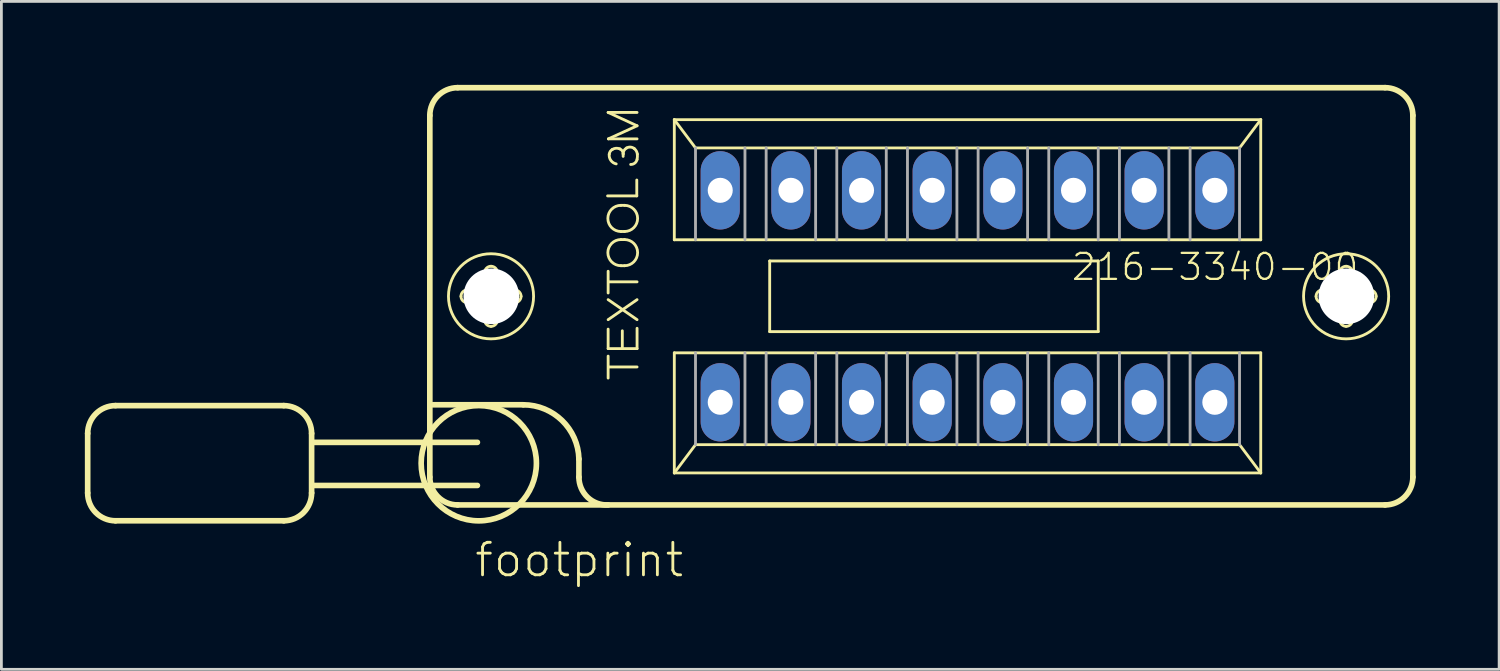
<source format=kicad_pcb>
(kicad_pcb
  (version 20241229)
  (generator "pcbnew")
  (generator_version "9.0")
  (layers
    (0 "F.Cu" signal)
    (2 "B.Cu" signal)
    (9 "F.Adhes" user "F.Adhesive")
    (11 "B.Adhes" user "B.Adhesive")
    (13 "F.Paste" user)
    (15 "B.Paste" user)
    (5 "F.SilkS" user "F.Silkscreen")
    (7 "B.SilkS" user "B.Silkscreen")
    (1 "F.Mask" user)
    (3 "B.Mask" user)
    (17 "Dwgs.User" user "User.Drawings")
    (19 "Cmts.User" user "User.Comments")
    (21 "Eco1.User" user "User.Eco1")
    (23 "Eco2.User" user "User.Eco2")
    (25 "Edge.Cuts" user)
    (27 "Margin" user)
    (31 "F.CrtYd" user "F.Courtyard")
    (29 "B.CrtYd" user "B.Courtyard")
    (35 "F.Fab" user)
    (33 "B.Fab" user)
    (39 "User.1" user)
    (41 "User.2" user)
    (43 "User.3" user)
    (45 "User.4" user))
  (footprint "footprint"
    (layer "F.Cu")
    (at 31.732 7.602)
    (property "Reference" "footprint" (at -17.78 10.16 0) (layer "F.SilkS") (effects (font (size 1.168 1.168) (thickness 0.102)) (justify left bottom)))
    (fp_line (start -31.63 4.93) (end -31.63 7.07) (stroke (width 0.203) (type solid)) (layer "F.SilkS"))
    (fp_line (start -30.63 3.93) (end -24.58 3.93) (stroke (width 0.203) (type solid)) (layer "F.SilkS"))
    (fp_line (start -24.58 8.07) (end -30.63 8.07) (stroke (width 0.203) (type solid)) (layer "F.SilkS"))
    (fp_line (start -23.58 4.93) (end -23.58 7.07) (stroke (width 0.203) (type solid)) (layer "F.SilkS"))
    (fp_line (start -19.33 6.5) (end -19.33 -6.5) (stroke (width 0.203) (type solid)) (layer "F.SilkS"))
    (fp_line (start -19.22 3.9) (end -15.97 3.9) (stroke (width 0.203) (type solid)) (layer "F.SilkS"))
    (fp_line (start -18.33 -7.5) (end 15.01 -7.5) (stroke (width 0.203) (type solid)) (layer "F.SilkS"))
    (fp_line (start -17.98 -0.23) (end -17.43 -0.23) (stroke (width 0.102) (type solid)) (layer "F.SilkS"))
    (fp_line (start -17.62 5.25) (end -23.53 5.25) (stroke (width 0.203) (type solid)) (layer "F.SilkS"))
    (fp_line (start -17.62 6.8) (end -23.53 6.8) (stroke (width 0.203) (type solid)) (layer "F.SilkS"))
    (fp_line (start -17.44 0.23) (end -17.98 0.23) (stroke (width 0.102) (type solid)) (layer "F.SilkS"))
    (fp_line (start -17.36 -0.31) (end -17.36 -0.85) (stroke (width 0.102) (type solid)) (layer "F.SilkS"))
    (fp_line (start -17.36 0.85) (end -17.36 0.3) (stroke (width 0.102) (type solid)) (layer "F.SilkS"))
    (fp_line (start -16.9 -0.85) (end -16.9 -0.3) (stroke (width 0.102) (type solid)) (layer "F.SilkS"))
    (fp_line (start -16.9 0.31) (end -16.9 0.85) (stroke (width 0.102) (type solid)) (layer "F.SilkS"))
    (fp_line (start -16.82 -0.23) (end -16.28 -0.23) (stroke (width 0.102) (type solid)) (layer "F.SilkS"))
    (fp_line (start -16.28 0.23) (end -16.83 0.23) (stroke (width 0.102) (type solid)) (layer "F.SilkS"))
    (fp_line (start -13.97 5.85) (end -13.97 6.5) (stroke (width 0.203) (type solid)) (layer "F.SilkS"))
    (fp_line (start -12.94 -3.61) (end -11.89 -3.61) (stroke (width 0.102) (type solid)) (layer "F.SilkS"))
    (fp_line (start -12.92 -6.61) (end -11.88 -6.61) (stroke (width 0.102) (type solid)) (layer "F.SilkS"))
    (fp_line (start -12.92 -0.12) (end -12.92 -0.9) (stroke (width 0.102) (type solid)) (layer "F.SilkS"))
    (fp_line (start -12.92 0.12) (end -11.88 0.84) (stroke (width 0.102) (type solid)) (layer "F.SilkS"))
    (fp_line (start -12.92 0.84) (end -11.88 0.12) (stroke (width 0.102) (type solid)) (layer "F.SilkS"))
    (fp_line (start -12.92 1.18) (end -12.92 1.88) (stroke (width 0.102) (type solid)) (layer "F.SilkS"))
    (fp_line (start -12.92 1.88) (end -11.88 1.88) (stroke (width 0.102) (type solid)) (layer "F.SilkS"))
    (fp_line (start -12.92 2.94) (end -12.92 2.15) (stroke (width 0.102) (type solid)) (layer "F.SilkS"))
    (fp_line (start -12.91 -5.66) (end -11.88 -6.13) (stroke (width 0.102) (type solid)) (layer "F.SilkS"))
    (fp_line (start -12.91 2.54) (end -11.88 2.54) (stroke (width 0.102) (type solid)) (layer "F.SilkS"))
    (fp_line (start -12.9 -0.52) (end -11.88 -0.52) (stroke (width 0.102) (type solid)) (layer "F.SilkS"))
    (fp_line (start -12.46 -3.27) (end -12.33 -3.27) (stroke (width 0.102) (type solid)) (layer "F.SilkS"))
    (fp_line (start -12.46 -2.33) (end -12.33 -2.33) (stroke (width 0.102) (type solid)) (layer "F.SilkS"))
    (fp_line (start -12.46 -2.04) (end -12.33 -2.04) (stroke (width 0.102) (type solid)) (layer "F.SilkS"))
    (fp_line (start -12.46 -1.1) (end -12.33 -1.1) (stroke (width 0.102) (type solid)) (layer "F.SilkS"))
    (fp_line (start -12.41 1.24) (end -12.41 1.84) (stroke (width 0.102) (type solid)) (layer "F.SilkS"))
    (fp_line (start -12.38 -5.03) (end -12.38 -5.12) (stroke (width 0.102) (type solid)) (layer "F.SilkS"))
    (fp_line (start -11.89 -3.61) (end -11.89 -4.18) (stroke (width 0.102) (type solid)) (layer "F.SilkS"))
    (fp_line (start -11.88 -6.13) (end -12.92 -6.61) (stroke (width 0.102) (type solid)) (layer "F.SilkS"))
    (fp_line (start -11.88 -5.66) (end -12.91 -5.66) (stroke (width 0.102) (type solid)) (layer "F.SilkS"))
    (fp_line (start -11.88 1.88) (end -11.88 1.15) (stroke (width 0.102) (type solid)) (layer "F.SilkS"))
    (fp_line (start -10.541 -6.35) (end 10.541 -6.35) (stroke (width 0.102) (type solid)) (layer "F.SilkS"))
    (fp_line (start -10.541 -2.032) (end -10.541 -6.35) (stroke (width 0.102) (type solid)) (layer "F.SilkS"))
    (fp_line (start -10.541 2.032) (end 10.541 2.032) (stroke (width 0.102) (type solid)) (layer "F.SilkS"))
    (fp_line (start -10.541 6.35) (end -10.541 2.032) (stroke (width 0.102) (type solid)) (layer "F.SilkS"))
    (fp_line (start -10.541 6.35) (end -9.779 5.334) (stroke (width 0.102) (type solid)) (layer "F.SilkS"))
    (fp_line (start -9.779 -5.334) (end -10.541 -6.35) (stroke (width 0.102) (type solid)) (layer "F.SilkS"))
    (fp_line (start -9.779 5.334) (end 9.779 5.334) (stroke (width 0.102) (type solid)) (layer "F.SilkS"))
    (fp_line (start -7.112 -1.27) (end 4.699 -1.27) (stroke (width 0.102) (type solid)) (layer "F.SilkS"))
    (fp_line (start -7.112 1.27) (end -7.112 -1.27) (stroke (width 0.102) (type solid)) (layer "F.SilkS"))
    (fp_line (start 4.699 -1.27) (end 4.699 1.27) (stroke (width 0.102) (type solid)) (layer "F.SilkS"))
    (fp_line (start 4.699 1.27) (end -7.112 1.27) (stroke (width 0.102) (type solid)) (layer "F.SilkS"))
    (fp_line (start 9.779 -5.334) (end -9.779 -5.334) (stroke (width 0.102) (type solid)) (layer "F.SilkS"))
    (fp_line (start 9.779 5.334) (end 10.541 6.35) (stroke (width 0.102) (type solid)) (layer "F.SilkS"))
    (fp_line (start 10.541 -6.35) (end 9.779 -5.334) (stroke (width 0.102) (type solid)) (layer "F.SilkS"))
    (fp_line (start 10.541 -6.35) (end 10.541 -2.032) (stroke (width 0.102) (type solid)) (layer "F.SilkS"))
    (fp_line (start 10.541 -2.032) (end -10.541 -2.032) (stroke (width 0.102) (type solid)) (layer "F.SilkS"))
    (fp_line (start 10.541 2.032) (end 10.541 6.35) (stroke (width 0.102) (type solid)) (layer "F.SilkS"))
    (fp_line (start 10.541 6.35) (end -10.541 6.35) (stroke (width 0.102) (type solid)) (layer "F.SilkS"))
    (fp_line (start 12.76 -0.23) (end 13.31 -0.23) (stroke (width 0.102) (type solid)) (layer "F.SilkS"))
    (fp_line (start 13.3 0.23) (end 12.76 0.23) (stroke (width 0.102) (type solid)) (layer "F.SilkS"))
    (fp_line (start 13.38 -0.31) (end 13.38 -0.85) (stroke (width 0.102) (type solid)) (layer "F.SilkS"))
    (fp_line (start 13.38 0.85) (end 13.38 0.3) (stroke (width 0.102) (type solid)) (layer "F.SilkS"))
    (fp_line (start 13.84 -0.85) (end 13.84 -0.3) (stroke (width 0.102) (type solid)) (layer "F.SilkS"))
    (fp_line (start 13.84 0.31) (end 13.84 0.85) (stroke (width 0.102) (type solid)) (layer "F.SilkS"))
    (fp_line (start 13.92 -0.23) (end 14.46 -0.23) (stroke (width 0.102) (type solid)) (layer "F.SilkS"))
    (fp_line (start 14.46 0.23) (end 13.91 0.23) (stroke (width 0.102) (type solid)) (layer "F.SilkS"))
    (fp_line (start 15.01 7.5) (end -18.33 7.5) (stroke (width 0.203) (type solid)) (layer "F.SilkS"))
    (fp_line (start 16.01 -6.5) (end 16.01 6.5) (stroke (width 0.203) (type solid)) (layer "F.SilkS"))
    (fp_arc (start -31.63 4.93) (mid -31.337107 4.222893) (end -30.63 3.93) (stroke (width 0.2032) (type solid)) (layer "F.SilkS"))
    (fp_arc (start -30.63 8.07) (mid -31.337107 7.777107) (end -31.63 7.07) (stroke (width 0.2032) (type solid)) (layer "F.SilkS"))
    (fp_arc (start -24.58 3.93) (mid -23.872893 4.222893) (end -23.58 4.93) (stroke (width 0.2032) (type solid)) (layer "F.SilkS"))
    (fp_arc (start -23.58 7.07) (mid -23.872893 7.777107) (end -24.58 8.07) (stroke (width 0.2032) (type solid)) (layer "F.SilkS"))
    (fp_arc (start -19.33 -6.5) (mid -19.037107 -7.207107) (end -18.33 -7.5) (stroke (width 0.2032) (type solid)) (layer "F.SilkS"))
    (fp_arc (start -18.33 7.5) (mid -19.037107 7.207107) (end -19.33 6.5) (stroke (width 0.2032) (type solid)) (layer "F.SilkS"))
    (fp_arc (start -18.21 0) (mid -18.142635 -0.162635) (end -17.98 -0.23) (stroke (width 0.1016) (type solid)) (layer "F.SilkS"))
    (fp_arc (start -17.98 0.23) (mid -18.142635 0.162635) (end -18.21 0) (stroke (width 0.1016) (type solid)) (layer "F.SilkS"))
    (fp_arc (start -17.44 0.23) (mid -17.390503 0.250503) (end -17.37 0.3) (stroke (width 0.1016) (type solid)) (layer "F.SilkS"))
    (fp_arc (start -17.36 -0.85) (mid -17.292635 -1.012635) (end -17.13 -1.08) (stroke (width 0.1016) (type solid)) (layer "F.SilkS"))
    (fp_arc (start -17.36 -0.3) (mid -17.380503 -0.250503) (end -17.43 -0.23) (stroke (width 0.1016) (type solid)) (layer "F.SilkS"))
    (fp_arc (start -17.13 -1.08) (mid -16.967365 -1.012635) (end -16.9 -0.85) (stroke (width 0.1016) (type solid)) (layer "F.SilkS"))
    (fp_arc (start -17.13 1.08) (mid -17.292635 1.012635) (end -17.36 0.85) (stroke (width 0.1016) (type solid)) (layer "F.SilkS"))
    (fp_arc (start -16.9 0.3) (mid -16.879497 0.250503) (end -16.83 0.23) (stroke (width 0.1016) (type solid)) (layer "F.SilkS"))
    (fp_arc (start -16.9 0.85) (mid -16.967365 1.012635) (end -17.13 1.08) (stroke (width 0.1016) (type solid)) (layer "F.SilkS"))
    (fp_arc (start -16.83 -0.23) (mid -16.879497 -0.250503) (end -16.9 -0.3) (stroke (width 0.1016) (type solid)) (layer "F.SilkS"))
    (fp_arc (start -16.28 -0.23) (mid -16.117365 -0.162635) (end -16.05 0) (stroke (width 0.1016) (type solid)) (layer "F.SilkS"))
    (fp_arc (start -16.05 0) (mid -16.117365 0.162635) (end -16.28 0.23) (stroke (width 0.1016) (type solid)) (layer "F.SilkS"))
    (fp_arc (start -15.97 3.9) (mid -14.573341 4.468169) (end -13.97 5.849998) (stroke (width 0.2032) (type solid)) (layer "F.SilkS"))
    (fp_arc (start -12.919998 7.499999) (mid -13.659284 7.225) (end -13.97 6.5) (stroke (width 0.2032) (type solid)) (layer "F.SilkS"))
    (fp_arc (start -12.88 -5.109999) (mid -12.844621 -5.207696) (end -12.77 -5.28) (stroke (width 0.1016) (type solid)) (layer "F.SilkS"))
    (fp_arc (start -12.77 -5.28) (mid -12.637382 -5.322157) (end -12.5 -5.3) (stroke (width 0.1016) (type solid)) (layer "F.SilkS"))
    (fp_arc (start -12.630001 -4.759999) (mid -12.82297 -4.88645) (end -12.88 -5.11) (stroke (width 0.1016) (type solid)) (layer "F.SilkS"))
    (fp_arc (start -12.500001 -5.299999) (mid -12.412751 -5.228166) (end -12.38 -5.12) (stroke (width 0.1016) (type solid)) (layer "F.SilkS"))
    (fp_arc (start -12.46 -2.33) (mid -12.93 -2.8) (end -12.46 -3.27) (stroke (width 0.1016) (type solid)) (layer "F.SilkS"))
    (fp_arc (start -12.46 -1.1) (mid -12.93 -1.57) (end -12.46 -2.04) (stroke (width 0.1016) (type solid)) (layer "F.SilkS"))
    (fp_arc (start -12.38 -5.12) (mid -12.34789 -5.240938) (end -12.259999 -5.330001) (stroke (width 0.1016) (type solid)) (layer "F.SilkS"))
    (fp_arc (start -12.33 -3.27) (mid -11.86 -2.8) (end -12.33 -2.33) (stroke (width 0.1016) (type solid)) (layer "F.SilkS"))
    (fp_arc (start -12.33 -2.04) (mid -11.86 -1.57) (end -12.33 -1.1) (stroke (width 0.1016) (type solid)) (layer "F.SilkS"))
    (fp_arc (start -12.26 -5.33) (mid -12.116885 -5.363595) (end -11.979999 -5.309999) (stroke (width 0.1016) (type solid)) (layer "F.SilkS"))
    (fp_arc (start -11.98 -5.31) (mid -11.905084 -5.220954) (end -11.87 -5.110001) (stroke (width 0.1016) (type solid)) (layer "F.SilkS"))
    (fp_arc (start -11.88 -4.92) (mid -11.962524 -4.788503) (end -12.11 -4.740001) (stroke (width 0.1016) (type solid)) (layer "F.SilkS"))
    (fp_arc (start -11.87 -5.11) (mid -11.867277 -5.014593) (end -11.88 -4.92) (stroke (width 0.1016) (type solid)) (layer "F.SilkS"))
    (fp_arc (start 12.53 0) (mid 12.597365 -0.162635) (end 12.76 -0.23) (stroke (width 0.1016) (type solid)) (layer "F.SilkS"))
    (fp_arc (start 12.76 0.23) (mid 12.597365 0.162635) (end 12.53 0) (stroke (width 0.1016) (type solid)) (layer "F.SilkS"))
    (fp_arc (start 13.3 0.23) (mid 13.349497 0.250503) (end 13.37 0.3) (stroke (width 0.1016) (type solid)) (layer "F.SilkS"))
    (fp_arc (start 13.38 -0.85) (mid 13.447365 -1.012635) (end 13.61 -1.08) (stroke (width 0.1016) (type solid)) (layer "F.SilkS"))
    (fp_arc (start 13.38 -0.3) (mid 13.359497 -0.250503) (end 13.31 -0.23) (stroke (width 0.1016) (type solid)) (layer "F.SilkS"))
    (fp_arc (start 13.61 -1.08) (mid 13.772635 -1.012635) (end 13.84 -0.85) (stroke (width 0.1016) (type solid)) (layer "F.SilkS"))
    (fp_arc (start 13.61 1.08) (mid 13.447365 1.012635) (end 13.38 0.85) (stroke (width 0.1016) (type solid)) (layer "F.SilkS"))
    (fp_arc (start 13.84 0.3) (mid 13.860503 0.250503) (end 13.91 0.23) (stroke (width 0.1016) (type solid)) (layer "F.SilkS"))
    (fp_arc (start 13.84 0.85) (mid 13.772635 1.012635) (end 13.61 1.08) (stroke (width 0.1016) (type solid)) (layer "F.SilkS"))
    (fp_arc (start 13.91 -0.23) (mid 13.860503 -0.250503) (end 13.84 -0.3) (stroke (width 0.1016) (type solid)) (layer "F.SilkS"))
    (fp_arc (start 14.46 -0.23) (mid 14.622635 -0.162635) (end 14.69 0) (stroke (width 0.1016) (type solid)) (layer "F.SilkS"))
    (fp_arc (start 14.69 0) (mid 14.622635 0.162635) (end 14.46 0.23) (stroke (width 0.1016) (type solid)) (layer "F.SilkS"))
    (fp_arc (start 15.01 -7.5) (mid 15.717107 -7.207107) (end 16.01 -6.5) (stroke (width 0.2032) (type solid)) (layer "F.SilkS"))
    (fp_arc (start 16.01 6.5) (mid 15.717107 7.207107) (end 15.01 7.5) (stroke (width 0.2032) (type solid)) (layer "F.SilkS"))
    (fp_circle (center -17.57 6) (end -15.498 6) (stroke (width 0.203) (type solid)) (fill no) (layer "F.SilkS"))
    (fp_circle (center -17.13 0) (end -15.6 0) (stroke (width 0.102) (type solid)) (fill no) (layer "F.SilkS"))
    (fp_circle (center 13.61 0) (end 15.14 0) (stroke (width 0.102) (type solid)) (fill no) (layer "F.SilkS"))
    (fp_line (start -9.779 -5.334) (end -9.779 -2.032) (stroke (width 0.102) (type solid)) (layer "F.Fab"))
    (fp_line (start -9.779 2.032) (end -9.779 5.334) (stroke (width 0.102) (type solid)) (layer "F.Fab"))
    (fp_line (start -8.001 -2.032) (end -8.001 -5.334) (stroke (width 0.102) (type solid)) (layer "F.Fab"))
    (fp_line (start -8.001 2.032) (end -8.001 5.334) (stroke (width 0.102) (type solid)) (layer "F.Fab"))
    (fp_line (start -7.239 -2.032) (end -7.239 -5.334) (stroke (width 0.102) (type solid)) (layer "F.Fab"))
    (fp_line (start -7.239 2.032) (end -7.239 5.334) (stroke (width 0.102) (type solid)) (layer "F.Fab"))
    (fp_line (start -5.461 -2.032) (end -5.461 -5.334) (stroke (width 0.102) (type solid)) (layer "F.Fab"))
    (fp_line (start -5.461 2.032) (end -5.461 5.334) (stroke (width 0.102) (type solid)) (layer "F.Fab"))
    (fp_line (start -4.699 -2.032) (end -4.699 -5.334) (stroke (width 0.102) (type solid)) (layer "F.Fab"))
    (fp_line (start -4.699 2.032) (end -4.699 5.334) (stroke (width 0.102) (type solid)) (layer "F.Fab"))
    (fp_line (start -2.921 -2.032) (end -2.921 -5.334) (stroke (width 0.102) (type solid)) (layer "F.Fab"))
    (fp_line (start -2.921 2.032) (end -2.921 5.334) (stroke (width 0.102) (type solid)) (layer "F.Fab"))
    (fp_line (start -2.159 -2.032) (end -2.159 -5.334) (stroke (width 0.102) (type solid)) (layer "F.Fab"))
    (fp_line (start -2.159 2.032) (end -2.159 5.334) (stroke (width 0.102) (type solid)) (layer "F.Fab"))
    (fp_line (start -0.381 -2.032) (end -0.381 -5.334) (stroke (width 0.102) (type solid)) (layer "F.Fab"))
    (fp_line (start -0.381 2.032) (end -0.381 5.334) (stroke (width 0.102) (type solid)) (layer "F.Fab"))
    (fp_line (start 0.381 -2.032) (end 0.381 -5.334) (stroke (width 0.102) (type solid)) (layer "F.Fab"))
    (fp_line (start 0.381 2.032) (end 0.381 5.334) (stroke (width 0.102) (type solid)) (layer "F.Fab"))
    (fp_line (start 2.159 -2.032) (end 2.159 -5.334) (stroke (width 0.102) (type solid)) (layer "F.Fab"))
    (fp_line (start 2.159 2.032) (end 2.159 5.334) (stroke (width 0.102) (type solid)) (layer "F.Fab"))
    (fp_line (start 2.921 -2.032) (end 2.921 -5.334) (stroke (width 0.102) (type solid)) (layer "F.Fab"))
    (fp_line (start 2.921 2.032) (end 2.921 5.334) (stroke (width 0.102) (type solid)) (layer "F.Fab"))
    (fp_line (start 4.699 -2.032) (end 4.699 -5.334) (stroke (width 0.102) (type solid)) (layer "F.Fab"))
    (fp_line (start 4.699 2.032) (end 4.699 5.334) (stroke (width 0.102) (type solid)) (layer "F.Fab"))
    (fp_line (start 5.461 -2.032) (end 5.461 -5.334) (stroke (width 0.102) (type solid)) (layer "F.Fab"))
    (fp_line (start 5.461 2.032) (end 5.461 5.334) (stroke (width 0.102) (type solid)) (layer "F.Fab"))
    (fp_line (start 7.239 -2.032) (end 7.239 -5.334) (stroke (width 0.102) (type solid)) (layer "F.Fab"))
    (fp_line (start 7.239 2.032) (end 7.239 5.334) (stroke (width 0.102) (type solid)) (layer "F.Fab"))
    (fp_line (start 8.001 -2.032) (end 8.001 -5.334) (stroke (width 0.102) (type solid)) (layer "F.Fab"))
    (fp_line (start 8.001 2.032) (end 8.001 5.334) (stroke (width 0.102) (type solid)) (layer "F.Fab"))
    (fp_line (start 9.779 -2.032) (end 9.779 -5.334) (stroke (width 0.102) (type solid)) (layer "F.Fab"))
    (fp_line (start 9.779 5.334) (end 9.779 2.032) (stroke (width 0.102) (type solid)) (layer "F.Fab"))
    (fp_text user "216-3340-00" (at 3.683 -0.508 180) (layer "F.SilkS") (effects (font (size 0.935 0.935) (thickness 0.081)) (justify left bottom)))
    (pad "" np_thru_hole circle (at -17.12 0) (size 2 2) (drill 2) (layers "*.Cu" "*.Mask"))
    (pad "" np_thru_hole circle (at 13.62 0) (size 2 2) (drill 2) (layers "*.Cu" "*.Mask"))
    (pad "1" thru_hole oval (at -8.89 3.81 90) (size 2.816 1.408) (drill 0.9) (layers "*.Cu" "*.Mask"))
    (pad "2" thru_hole oval (at -6.35 3.81 90) (size 2.816 1.408) (drill 0.9) (layers "*.Cu" "*.Mask"))
    (pad "3" thru_hole oval (at -3.81 3.81 90) (size 2.816 1.408) (drill 0.9) (layers "*.Cu" "*.Mask"))
    (pad "4" thru_hole oval (at -1.27 3.81 90) (size 2.816 1.408) (drill 0.9) (layers "*.Cu" "*.Mask"))
    (pad "5" thru_hole oval (at 1.27 3.81 90) (size 2.816 1.408) (drill 0.9) (layers "*.Cu" "*.Mask"))
    (pad "6" thru_hole oval (at 3.81 3.81 90) (size 2.816 1.408) (drill 0.9) (layers "*.Cu" "*.Mask"))
    (pad "7" thru_hole oval (at 6.35 3.81 90) (size 2.816 1.408) (drill 0.9) (layers "*.Cu" "*.Mask"))
    (pad "8" thru_hole oval (at 8.89 3.81 90) (size 2.816 1.408) (drill 0.9) (layers "*.Cu" "*.Mask"))
    (pad "9" thru_hole oval (at 8.89 -3.81 90) (size 2.816 1.408) (drill 0.9) (layers "*.Cu" "*.Mask"))
    (pad "10" thru_hole oval (at 6.35 -3.81 90) (size 2.816 1.408) (drill 0.9) (layers "*.Cu" "*.Mask"))
    (pad "11" thru_hole oval (at 3.81 -3.81 90) (size 2.816 1.408) (drill 0.9) (layers "*.Cu" "*.Mask"))
    (pad "12" thru_hole oval (at 1.27 -3.81 90) (size 2.816 1.408) (drill 0.9) (layers "*.Cu" "*.Mask"))
    (pad "13" thru_hole oval (at -1.27 -3.81 90) (size 2.816 1.408) (drill 0.9) (layers "*.Cu" "*.Mask"))
    (pad "14" thru_hole oval (at -3.81 -3.81 90) (size 2.816 1.408) (drill 0.9) (layers "*.Cu" "*.Mask"))
    (pad "15" thru_hole oval (at -6.35 -3.81 90) (size 2.816 1.408) (drill 0.9) (layers "*.Cu" "*.Mask"))
    (pad "16" thru_hole oval (at -8.89 -3.81 90) (size 2.816 1.408) (drill 0.9) (layers "*.Cu" "*.Mask")))
  (gr_rect
    (start -3 -3)
    (end 50.843 21.012)
    (stroke (width 0.1) (type default))
    (fill no)
    (layer "Edge.Cuts")))
</source>
